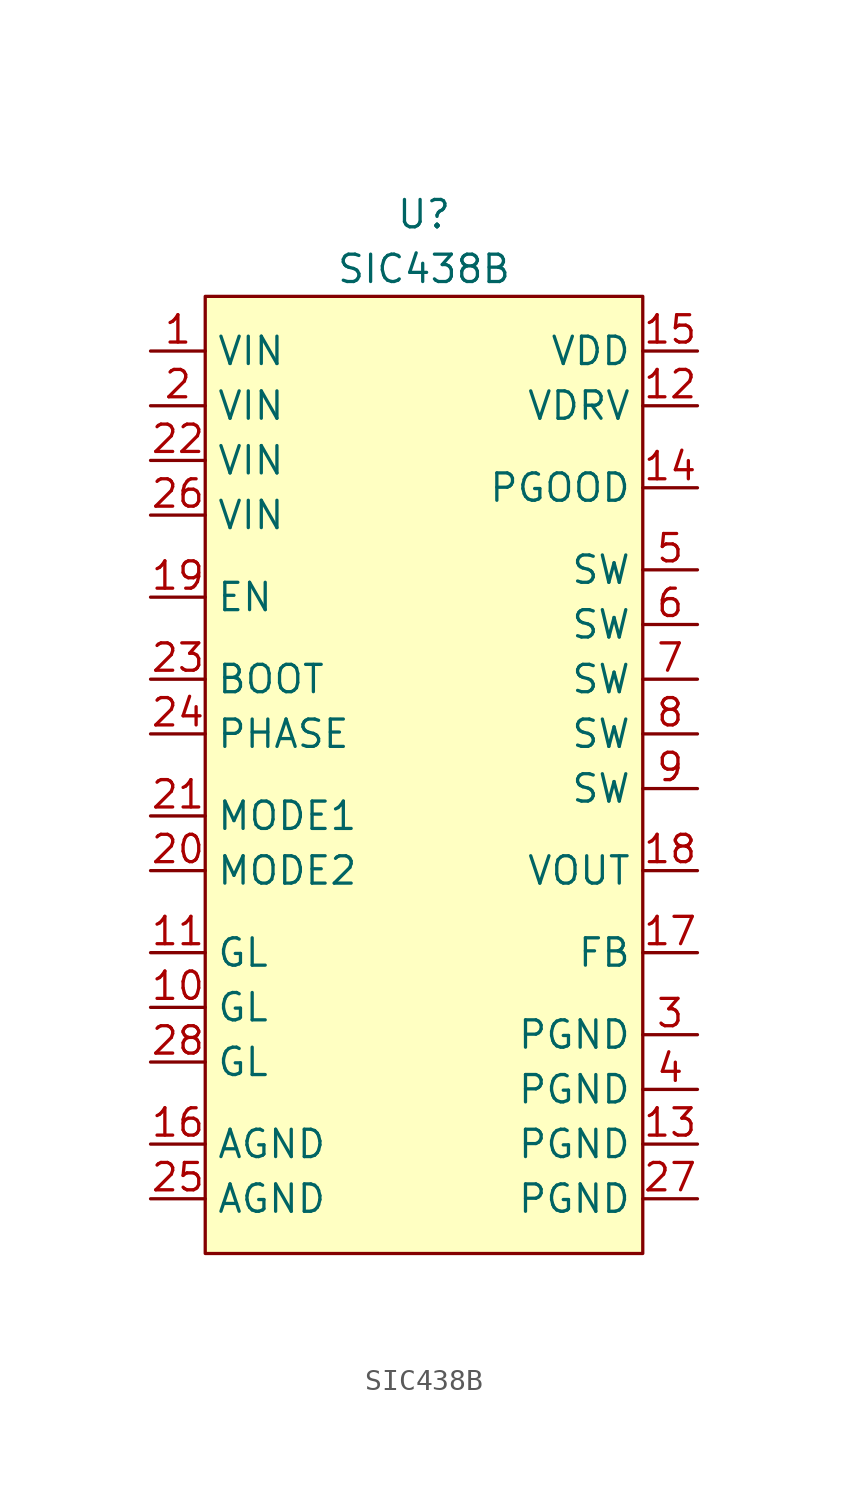
<source format=kicad_sym>
(kicad_symbol_lib
  (version 20211014)
  (generator kicad_symbol_editor)
  (symbol "SIC438B"
    (property "Reference" "U"
      (at 0 5.08 0)
      (effects (font (size 1.27 1.27))))
    (property "Value" "SIC438B"
      (at 0 2.54 0)
      (effects (font (size 1.27 1.27))))
    (symbol "SIC438B_0_1"
      (rectangle (start -10.16 1.27) (end 10.16 -43.18) (stroke (width 0.152) (type default) (color 0 0 0 0)) (fill (type background))))
    (symbol "SIC438B_1_1"
      (pin power_in line (at -12.7 -1.27 0) (length 2.54) (name "VIN" (effects (font (size 1.27 1.27)))) (number "1" (effects (font (size 1.27 1.27)))))
      (pin input line (at -12.7 -31.75 0) (length 2.54) (name "GL" (effects (font (size 1.27 1.27)))) (number "10" (effects (font (size 1.27 1.27)))))
      (pin input line (at -12.7 -29.21 0) (length 2.54) (name "GL" (effects (font (size 1.27 1.27)))) (number "11" (effects (font (size 1.27 1.27)))))
      (pin input line (at 12.7 -3.81 180) (length 2.54) (name "VDRV" (effects (font (size 1.27 1.27)))) (number "12" (effects (font (size 1.27 1.27)))))
      (pin power_in line (at 12.7 -38.1 180) (length 2.54) (name "PGND" (effects (font (size 1.27 1.27)))) (number "13" (effects (font (size 1.27 1.27)))))
      (pin input line (at 12.7 -7.62 180) (length 2.54) (name "PGOOD" (effects (font (size 1.27 1.27)))) (number "14" (effects (font (size 1.27 1.27)))))
      (pin input line (at 12.7 -1.27 180) (length 2.54) (name "VDD" (effects (font (size 1.27 1.27)))) (number "15" (effects (font (size 1.27 1.27)))))
      (pin power_in line (at -12.7 -38.1 0) (length 2.54) (name "AGND" (effects (font (size 1.27 1.27)))) (number "16" (effects (font (size 1.27 1.27)))))
      (pin input line (at 12.7 -29.21 180) (length 2.54) (name "FB" (effects (font (size 1.27 1.27)))) (number "17" (effects (font (size 1.27 1.27)))))
      (pin input line (at 12.7 -25.4 180) (length 2.54) (name "VOUT" (effects (font (size 1.27 1.27)))) (number "18" (effects (font (size 1.27 1.27)))))
      (pin input line (at -12.7 -12.7 0) (length 2.54) (name "EN" (effects (font (size 1.27 1.27)))) (number "19" (effects (font (size 1.27 1.27)))))
      (pin power_in line (at -12.7 -3.81 0) (length 2.54) (name "VIN" (effects (font (size 1.27 1.27)))) (number "2" (effects (font (size 1.27 1.27)))))
      (pin input line (at -12.7 -25.4 0) (length 2.54) (name "MODE2" (effects (font (size 1.27 1.27)))) (number "20" (effects (font (size 1.27 1.27)))))
      (pin input line (at -12.7 -22.86 0) (length 2.54) (name "MODE1" (effects (font (size 1.27 1.27)))) (number "21" (effects (font (size 1.27 1.27)))))
      (pin power_in line (at -12.7 -6.35 0) (length 2.54) (name "VIN" (effects (font (size 1.27 1.27)))) (number "22" (effects (font (size 1.27 1.27)))))
      (pin input line (at -12.7 -16.51 0) (length 2.54) (name "BOOT" (effects (font (size 1.27 1.27)))) (number "23" (effects (font (size 1.27 1.27)))))
      (pin input line (at -12.7 -19.05 0) (length 2.54) (name "PHASE" (effects (font (size 1.27 1.27)))) (number "24" (effects (font (size 1.27 1.27)))))
      (pin power_in line (at -12.7 -40.64 0) (length 2.54) (name "AGND" (effects (font (size 1.27 1.27)))) (number "25" (effects (font (size 1.27 1.27)))))
      (pin power_in line (at -12.7 -8.89 0) (length 2.54) (name "VIN" (effects (font (size 1.27 1.27)))) (number "26" (effects (font (size 1.27 1.27)))))
      (pin power_in line (at 12.7 -40.64 180) (length 2.54) (name "PGND" (effects (font (size 1.27 1.27)))) (number "27" (effects (font (size 1.27 1.27)))))
      (pin input line (at -12.7 -34.29 0) (length 2.54) (name "GL" (effects (font (size 1.27 1.27)))) (number "28" (effects (font (size 1.27 1.27)))))
      (pin power_in line (at 12.7 -33.02 180) (length 2.54) (name "PGND" (effects (font (size 1.27 1.27)))) (number "3" (effects (font (size 1.27 1.27)))))
      (pin power_in line (at 12.7 -35.56 180) (length 2.54) (name "PGND" (effects (font (size 1.27 1.27)))) (number "4" (effects (font (size 1.27 1.27)))))
      (pin input line (at 12.7 -11.43 180) (length 2.54) (name "SW" (effects (font (size 1.27 1.27)))) (number "5" (effects (font (size 1.27 1.27)))))
      (pin input line (at 12.7 -13.97 180) (length 2.54) (name "SW" (effects (font (size 1.27 1.27)))) (number "6" (effects (font (size 1.27 1.27)))))
      (pin input line (at 12.7 -16.51 180) (length 2.54) (name "SW" (effects (font (size 1.27 1.27)))) (number "7" (effects (font (size 1.27 1.27)))))
      (pin input line (at 12.7 -19.05 180) (length 2.54) (name "SW" (effects (font (size 1.27 1.27)))) (number "8" (effects (font (size 1.27 1.27)))))
      (pin input line (at 12.7 -21.59 180) (length 2.54) (name "SW" (effects (font (size 1.27 1.27)))) (number "9" (effects (font (size 1.27 1.27))))))))
</source>
